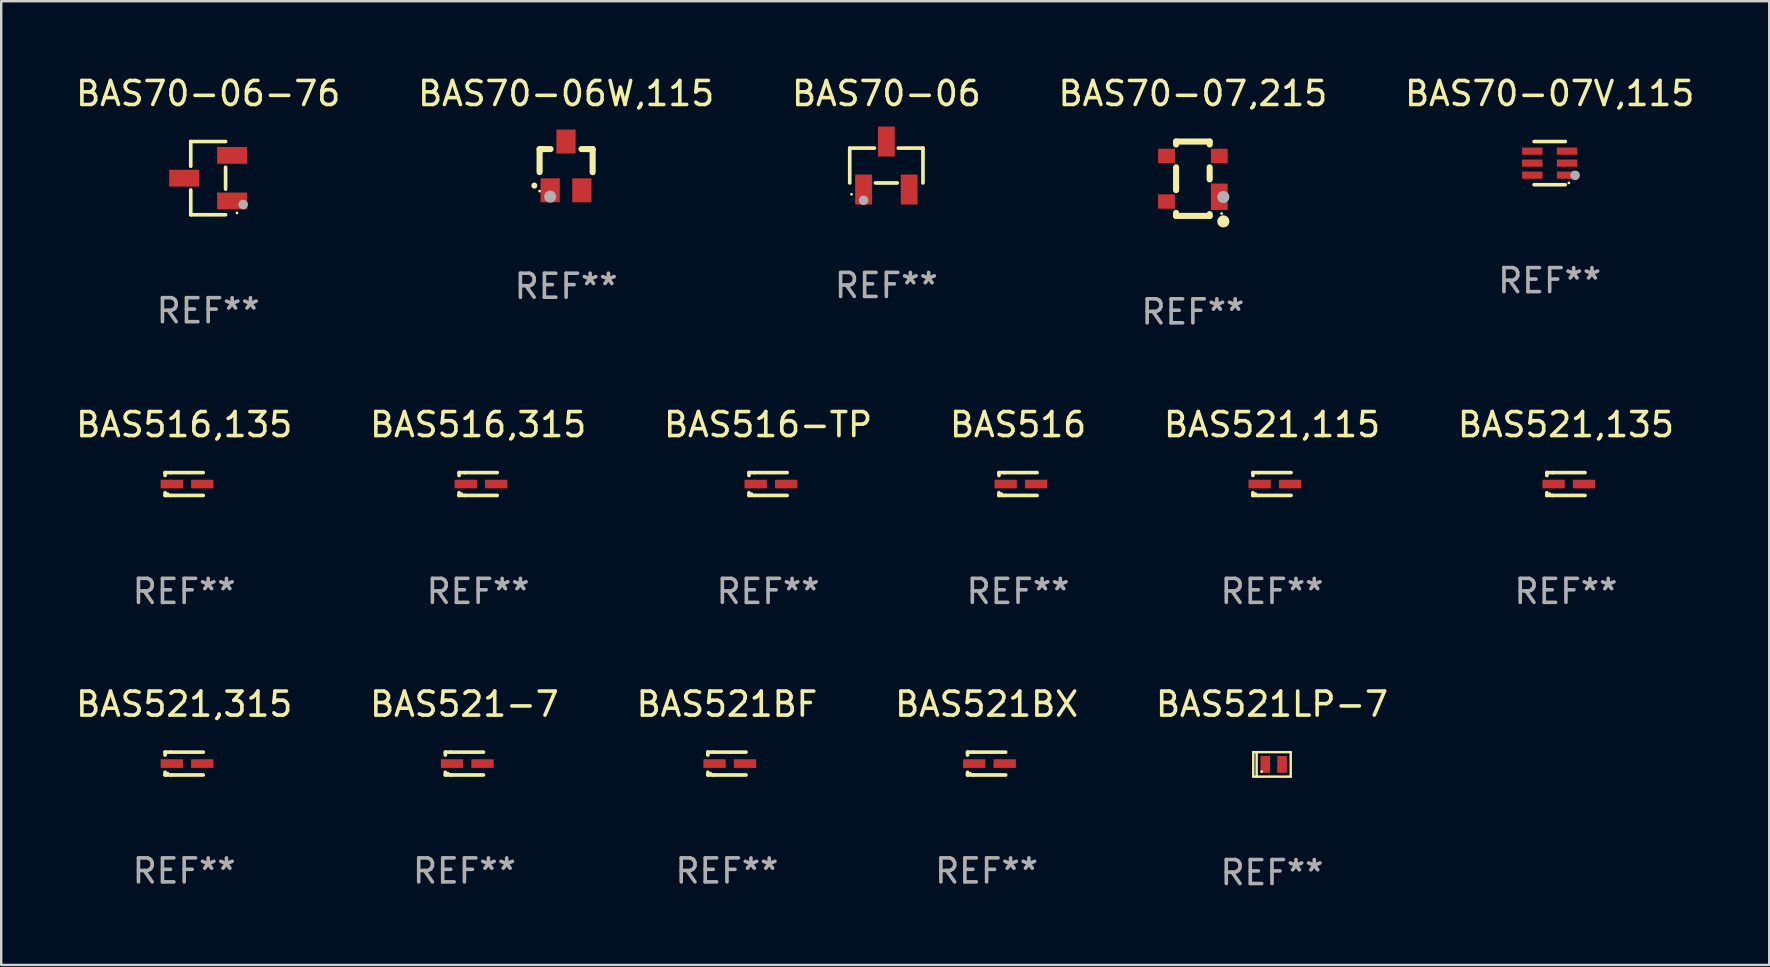
<source format=kicad_pcb>
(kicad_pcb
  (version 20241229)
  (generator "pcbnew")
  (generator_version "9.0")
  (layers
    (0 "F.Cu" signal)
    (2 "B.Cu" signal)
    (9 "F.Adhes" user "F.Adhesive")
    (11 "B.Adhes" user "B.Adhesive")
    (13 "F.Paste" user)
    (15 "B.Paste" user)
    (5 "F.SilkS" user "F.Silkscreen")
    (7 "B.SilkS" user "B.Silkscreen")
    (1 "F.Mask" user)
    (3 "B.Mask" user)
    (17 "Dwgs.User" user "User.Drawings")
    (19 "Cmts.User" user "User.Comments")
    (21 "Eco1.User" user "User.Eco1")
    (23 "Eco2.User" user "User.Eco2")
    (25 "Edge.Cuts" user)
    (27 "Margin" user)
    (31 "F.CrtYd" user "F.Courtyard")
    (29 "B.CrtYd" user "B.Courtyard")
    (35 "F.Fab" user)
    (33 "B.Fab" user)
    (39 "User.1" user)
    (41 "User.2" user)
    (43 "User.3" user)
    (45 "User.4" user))
  (footprint "BAS521BX"
    (layer "F.Cu")
    (at 38.065 28.77)
    (property "Reference" "BAS521BX" (at 0 -2.476 0) (layer "F.SilkS") (effects (font (size 1 1) (thickness 0.15))))
    (attr through_hole)
    (fp_line (start -0.795 -0.476) (end -0.795 -0.356) (stroke (width 0.152) (type solid)) (layer "F.SilkS"))
    (fp_line (start -0.795 0.363) (end -0.795 0.476) (stroke (width 0.152) (type solid)) (layer "F.SilkS"))
    (fp_line (start -0.795 0.476) (end -0.557 0.476) (stroke (width 0.152) (type solid)) (layer "F.SilkS"))
    (fp_line (start -0.557 -0.476) (end -0.795 -0.476) (stroke (width 0.152) (type solid)) (layer "F.SilkS"))
    (fp_line (start -0.557 -0.476) (end 0.795 -0.476) (stroke (width 0.152) (type solid)) (layer "F.SilkS"))
    (fp_line (start -0.557 0.476) (end 0.795 0.476) (stroke (width 0.152) (type solid)) (layer "F.SilkS"))
    (fp_circle (center -0.681 0.4) (end -0.651 0.4) (stroke (width 0.06) (type solid)) (fill no) (layer "F.SilkS"))
    (fp_text user "REF**" (at 0 4.476 0) (layer "F.Fab") (effects (font (size 1 1) (thickness 0.15))))
    (pad "1" smd rect (at -0.516 0 180) (size 0.93 0.36) (layers "F.Cu" "F.Mask" "F.Paste"))
    (pad "2" smd rect (at 0.754 0 180) (size 0.93 0.36) (layers "F.Cu" "F.Mask" "F.Paste")))
  (footprint "BAS70-06"
    (layer "F.Cu")
    (at 33.887 3.848)
    (property "Reference" "BAS70-06" (at 0 -3 0) (layer "F.SilkS") (effects (font (size 1 1) (thickness 0.15))))
    (attr through_hole)
    (fp_line (start -1.526 -0.726) (end -0.495 -0.726) (stroke (width 0.152) (type solid)) (layer "F.SilkS"))
    (fp_line (start -1.526 0.726) (end -1.526 -0.726) (stroke (width 0.152) (type solid)) (layer "F.SilkS"))
    (fp_line (start 0.455 0.726) (end -0.455 0.726) (stroke (width 0.152) (type solid)) (layer "F.SilkS"))
    (fp_line (start 1.526 -0.726) (end 0.495 -0.726) (stroke (width 0.152) (type solid)) (layer "F.SilkS"))
    (fp_line (start 1.526 0.726) (end 1.526 -0.726) (stroke (width 0.152) (type solid)) (layer "F.SilkS"))
    (fp_circle (center -1.45 1.2) (end -1.42 1.2) (stroke (width 0.06) (type solid)) (fill no) (layer "F.SilkS"))
    (fp_circle (center -0.95 1.45) (end -0.85 1.45) (stroke (width 0.2) (type solid)) (fill no) (layer "F.Fab"))
    (fp_text user "REF**" (at 0 5 0) (layer "F.Fab") (effects (font (size 1 1) (thickness 0.15))))
    (pad "1" smd rect (at -0.95 1 270) (size 1.25 0.7) (layers "F.Cu" "F.Mask" "F.Paste"))
    (pad "2" smd rect (at 0.95 1 270) (size 1.25 0.7) (layers "F.Cu" "F.Mask" "F.Paste"))
    (pad "3" smd rect (at 0 -1 270) (size 1.25 0.7) (layers "F.Cu" "F.Mask" "F.Paste")))
  (footprint "BAS521-7"
    (layer "F.Cu")
    (at 16.304 28.77)
    (property "Reference" "BAS521-7" (at 0 -2.476 0) (layer "F.SilkS") (effects (font (size 1 1) (thickness 0.15))))
    (attr through_hole)
    (fp_line (start -0.795 -0.476) (end -0.795 -0.356) (stroke (width 0.152) (type solid)) (layer "F.SilkS"))
    (fp_line (start -0.795 0.363) (end -0.795 0.476) (stroke (width 0.152) (type solid)) (layer "F.SilkS"))
    (fp_line (start -0.795 0.476) (end -0.557 0.476) (stroke (width 0.152) (type solid)) (layer "F.SilkS"))
    (fp_line (start -0.557 -0.476) (end -0.795 -0.476) (stroke (width 0.152) (type solid)) (layer "F.SilkS"))
    (fp_line (start -0.557 -0.476) (end 0.795 -0.476) (stroke (width 0.152) (type solid)) (layer "F.SilkS"))
    (fp_line (start -0.557 0.476) (end 0.795 0.476) (stroke (width 0.152) (type solid)) (layer "F.SilkS"))
    (fp_circle (center -0.681 0.4) (end -0.651 0.4) (stroke (width 0.06) (type solid)) (fill no) (layer "F.SilkS"))
    (fp_text user "REF**" (at 0 4.476 0) (layer "F.Fab") (effects (font (size 1 1) (thickness 0.15))))
    (pad "1" smd rect (at -0.516 0 180) (size 0.93 0.36) (layers "F.Cu" "F.Mask" "F.Paste"))
    (pad "2" smd rect (at 0.754 0 180) (size 0.93 0.36) (layers "F.Cu" "F.Mask" "F.Paste")))
  (footprint "BAS70-07V,115"
    (layer "F.Cu")
    (at 61.53 3.748)
    (property "Reference" "BAS70-07V,115" (at 0 -2.9 0) (layer "F.SilkS") (effects (font (size 1 1) (thickness 0.15))))
    (attr through_hole)
    (fp_line (start 0.65 -0.9) (end -0.65 -0.9) (stroke (width 0.15) (type solid)) (layer "F.SilkS"))
    (fp_line (start 0.65 0.9) (end -0.65 0.9) (stroke (width 0.15) (type solid)) (layer "F.SilkS"))
    (fp_circle (center 0.8 0.825) (end 0.83 0.825) (stroke (width 0.06) (type solid)) (fill no) (layer "F.SilkS"))
    (fp_circle (center 1.06 0.51) (end 1.16 0.51) (stroke (width 0.2) (type solid)) (fill no) (layer "F.Fab"))
    (fp_text user "REF**" (at 0 4.9 0) (layer "F.Fab") (effects (font (size 1 1) (thickness 0.15))))
    (pad "1" smd rect (at 0.725 0.5 90) (size 0.3 0.85) (layers "F.Cu" "F.Mask" "F.Paste"))
    (pad "2" smd rect (at 0.725 0.000102 90) (size 0.3 0.85) (layers "F.Cu" "F.Mask" "F.Paste"))
    (pad "3" smd rect (at 0.725 -0.5 90) (size 0.3 0.85) (layers "F.Cu" "F.Mask" "F.Paste"))
    (pad "4" smd rect (at -0.725 -0.5 90) (size 0.3 0.85) (layers "F.Cu" "F.Mask" "F.Paste"))
    (pad "5" smd rect (at -0.725 0.000102 90) (size 0.3 0.85) (layers "F.Cu" "F.Mask" "F.Paste"))
    (pad "6" smd rect (at -0.725 0.5 90) (size 0.3 0.85) (layers "F.Cu" "F.Mask" "F.Paste")))
  (footprint "BAS521,315"
    (layer "F.Cu")
    (at 4.625 28.77)
    (property "Reference" "BAS521,315" (at 0 -2.476 0) (layer "F.SilkS") (effects (font (size 1 1) (thickness 0.15))))
    (attr through_hole)
    (fp_line (start -0.795 -0.476) (end -0.795 -0.356) (stroke (width 0.152) (type solid)) (layer "F.SilkS"))
    (fp_line (start -0.795 0.363) (end -0.795 0.476) (stroke (width 0.152) (type solid)) (layer "F.SilkS"))
    (fp_line (start -0.795 0.476) (end -0.557 0.476) (stroke (width 0.152) (type solid)) (layer "F.SilkS"))
    (fp_line (start -0.557 -0.476) (end -0.795 -0.476) (stroke (width 0.152) (type solid)) (layer "F.SilkS"))
    (fp_line (start -0.557 -0.476) (end 0.795 -0.476) (stroke (width 0.152) (type solid)) (layer "F.SilkS"))
    (fp_line (start -0.557 0.476) (end 0.795 0.476) (stroke (width 0.152) (type solid)) (layer "F.SilkS"))
    (fp_circle (center -0.681 0.4) (end -0.651 0.4) (stroke (width 0.06) (type solid)) (fill no) (layer "F.SilkS"))
    (fp_text user "REF**" (at 0 4.476 0) (layer "F.Fab") (effects (font (size 1 1) (thickness 0.15))))
    (pad "1" smd rect (at -0.516 0 180) (size 0.93 0.36) (layers "F.Cu" "F.Mask" "F.Paste"))
    (pad "2" smd rect (at 0.754 0 180) (size 0.93 0.36) (layers "F.Cu" "F.Mask" "F.Paste")))
  (footprint "BAS521,115"
    (layer "F.Cu")
    (at 49.958 17.121)
    (property "Reference" "BAS521,115" (at 0 -2.476 0) (layer "F.SilkS") (effects (font (size 1 1) (thickness 0.15))))
    (attr through_hole)
    (fp_line (start -0.795 -0.476) (end -0.795 -0.356) (stroke (width 0.152) (type solid)) (layer "F.SilkS"))
    (fp_line (start -0.795 0.363) (end -0.795 0.476) (stroke (width 0.152) (type solid)) (layer "F.SilkS"))
    (fp_line (start -0.795 0.476) (end -0.557 0.476) (stroke (width 0.152) (type solid)) (layer "F.SilkS"))
    (fp_line (start -0.557 -0.476) (end -0.795 -0.476) (stroke (width 0.152) (type solid)) (layer "F.SilkS"))
    (fp_line (start -0.557 -0.476) (end 0.795 -0.476) (stroke (width 0.152) (type solid)) (layer "F.SilkS"))
    (fp_line (start -0.557 0.476) (end 0.795 0.476) (stroke (width 0.152) (type solid)) (layer "F.SilkS"))
    (fp_circle (center -0.681 0.4) (end -0.651 0.4) (stroke (width 0.06) (type solid)) (fill no) (layer "F.SilkS"))
    (fp_text user "REF**" (at 0 4.476 0) (layer "F.Fab") (effects (font (size 1 1) (thickness 0.15))))
    (pad "1" smd rect (at -0.516 0 180) (size 0.93 0.36) (layers "F.Cu" "F.Mask" "F.Paste"))
    (pad "2" smd rect (at 0.754 0 180) (size 0.93 0.36) (layers "F.Cu" "F.Mask" "F.Paste")))
  (footprint "BAS521LP-7"
    (layer "F.Cu")
    (at 49.958 28.804)
    (property "Reference" "BAS521LP-7" (at 0 -2.51 0) (layer "F.SilkS") (effects (font (size 1 1) (thickness 0.15))))
    (attr through_hole)
    (fp_line (start -0.78 -0.51) (end -0.78 0.51) (stroke (width 0.102) (type solid)) (layer "F.SilkS"))
    (fp_line (start -0.78 -0.51) (end 0.78 -0.51) (stroke (width 0.102) (type solid)) (layer "F.SilkS"))
    (fp_line (start -0.78 0.51) (end 0.78 0.51) (stroke (width 0.102) (type solid)) (layer "F.SilkS"))
    (fp_line (start -0.64 -0.51) (end -0.64 0.51) (stroke (width 0.102) (type solid)) (layer "F.SilkS"))
    (fp_line (start 0.78 -0.51) (end 0.78 0.51) (stroke (width 0.102) (type solid)) (layer "F.SilkS"))
    (fp_circle (center -0.43 0.3) (end -0.4 0.3) (stroke (width 0.06) (type solid)) (fill no) (layer "F.SilkS"))
    (fp_text user "REF**" (at 0 4.51 0) (layer "F.Fab") (effects (font (size 1 1) (thickness 0.15))))
    (pad "1" smd rect (at -0.28 0) (size 0.4 0.7) (layers "F.Cu" "F.Mask" "F.Paste"))
    (pad "2" smd rect (at 0.42 0) (size 0.4 0.7) (layers "F.Cu" "F.Mask" "F.Paste")))
  (footprint "BAS521,135"
    (layer "F.Cu")
    (at 62.208 17.121)
    (property "Reference" "BAS521,135" (at 0 -2.476 0) (layer "F.SilkS") (effects (font (size 1 1) (thickness 0.15))))
    (attr through_hole)
    (fp_line (start -0.795 -0.476) (end -0.795 -0.356) (stroke (width 0.152) (type solid)) (layer "F.SilkS"))
    (fp_line (start -0.795 0.363) (end -0.795 0.476) (stroke (width 0.152) (type solid)) (layer "F.SilkS"))
    (fp_line (start -0.795 0.476) (end -0.557 0.476) (stroke (width 0.152) (type solid)) (layer "F.SilkS"))
    (fp_line (start -0.557 -0.476) (end -0.795 -0.476) (stroke (width 0.152) (type solid)) (layer "F.SilkS"))
    (fp_line (start -0.557 -0.476) (end 0.795 -0.476) (stroke (width 0.152) (type solid)) (layer "F.SilkS"))
    (fp_line (start -0.557 0.476) (end 0.795 0.476) (stroke (width 0.152) (type solid)) (layer "F.SilkS"))
    (fp_circle (center -0.681 0.4) (end -0.651 0.4) (stroke (width 0.06) (type solid)) (fill no) (layer "F.SilkS"))
    (fp_text user "REF**" (at 0 4.476 0) (layer "F.Fab") (effects (font (size 1 1) (thickness 0.15))))
    (pad "1" smd rect (at -0.516 0 180) (size 0.93 0.36) (layers "F.Cu" "F.Mask" "F.Paste"))
    (pad "2" smd rect (at 0.754 0 180) (size 0.93 0.36) (layers "F.Cu" "F.Mask" "F.Paste")))
  (footprint "BAS70-06W,115"
    (layer "F.Cu")
    (at 20.542 3.864)
    (property "Reference" "BAS70-06W,115" (at 0 -3.016 0) (layer "F.SilkS") (effects (font (size 1 1) (thickness 0.15))))
    (attr through_hole)
    (fp_line (start -1.105 -0.701) (end -1.105 0.259) (stroke (width 0.254) (type solid)) (layer "F.SilkS"))
    (fp_line (start -0.955 -0.701) (end -1.105 -0.701) (stroke (width 0.254) (type solid)) (layer "F.SilkS"))
    (fp_line (start -0.955 -0.701) (end -0.649 -0.701) (stroke (width 0.254) (type solid)) (layer "F.SilkS"))
    (fp_line (start 0.639 -0.701) (end 0.945 -0.701) (stroke (width 0.254) (type solid)) (layer "F.SilkS"))
    (fp_line (start 0.945 -0.701) (end 1.105 -0.701) (stroke (width 0.254) (type solid)) (layer "F.SilkS"))
    (fp_line (start 1.105 -0.701) (end 1.105 0.261) (stroke (width 0.254) (type solid)) (layer "F.SilkS"))
    (fp_arc (start -1.324994 0.82253) (mid -1.325 0.82126) (end -1.324994 0.81999) (stroke (width 0.24892) (type solid)) (layer "F.SilkS"))
    (fp_circle (center -1.105 1.05) (end -1.075 1.05) (stroke (width 0.06) (type solid)) (fill no) (layer "F.SilkS"))
    (fp_circle (center -0.665 1.28) (end -0.538 1.28) (stroke (width 0.254) (type solid)) (fill no) (layer "F.Fab"))
    (fp_text user "REF**" (at 0 5.016 0) (layer "F.Fab") (effects (font (size 1 1) (thickness 0.15))))
    (pad "1" smd rect (at -0.665 1.016) (size 0.8 1) (layers "F.Cu" "F.Mask" "F.Paste"))
    (pad "2" smd rect (at 0.655 1.016) (size 0.8 1) (layers "F.Cu" "F.Mask" "F.Paste"))
    (pad "3" smd rect (at -0.005 -1.016) (size 0.8 1) (layers "F.Cu" "F.Mask" "F.Paste")))
  (footprint "BAS516"
    (layer "F.Cu")
    (at 39.375 17.121)
    (property "Reference" "BAS516" (at 0 -2.476 0) (layer "F.SilkS") (effects (font (size 1 1) (thickness 0.15))))
    (attr through_hole)
    (fp_line (start -0.795 -0.476) (end -0.795 -0.356) (stroke (width 0.152) (type solid)) (layer "F.SilkS"))
    (fp_line (start -0.795 0.363) (end -0.795 0.476) (stroke (width 0.152) (type solid)) (layer "F.SilkS"))
    (fp_line (start -0.795 0.476) (end -0.557 0.476) (stroke (width 0.152) (type solid)) (layer "F.SilkS"))
    (fp_line (start -0.557 -0.476) (end -0.795 -0.476) (stroke (width 0.152) (type solid)) (layer "F.SilkS"))
    (fp_line (start -0.557 -0.476) (end 0.795 -0.476) (stroke (width 0.152) (type solid)) (layer "F.SilkS"))
    (fp_line (start -0.557 0.476) (end 0.795 0.476) (stroke (width 0.152) (type solid)) (layer "F.SilkS"))
    (fp_circle (center -0.681 0.4) (end -0.651 0.4) (stroke (width 0.06) (type solid)) (fill no) (layer "F.SilkS"))
    (fp_text user "REF**" (at 0 4.476 0) (layer "F.Fab") (effects (font (size 1 1) (thickness 0.15))))
    (pad "1" smd rect (at -0.516 0 180) (size 0.93 0.36) (layers "F.Cu" "F.Mask" "F.Paste"))
    (pad "2" smd rect (at 0.754 0 180) (size 0.93 0.36) (layers "F.Cu" "F.Mask" "F.Paste")))
  (footprint "BAS516,135"
    (layer "F.Cu")
    (at 4.625 17.121)
    (property "Reference" "BAS516,135" (at 0 -2.476 0) (layer "F.SilkS") (effects (font (size 1 1) (thickness 0.15))))
    (attr through_hole)
    (fp_line (start -0.795 -0.476) (end -0.795 -0.356) (stroke (width 0.152) (type solid)) (layer "F.SilkS"))
    (fp_line (start -0.795 0.363) (end -0.795 0.476) (stroke (width 0.152) (type solid)) (layer "F.SilkS"))
    (fp_line (start -0.795 0.476) (end -0.557 0.476) (stroke (width 0.152) (type solid)) (layer "F.SilkS"))
    (fp_line (start -0.557 -0.476) (end -0.795 -0.476) (stroke (width 0.152) (type solid)) (layer "F.SilkS"))
    (fp_line (start -0.557 -0.476) (end 0.795 -0.476) (stroke (width 0.152) (type solid)) (layer "F.SilkS"))
    (fp_line (start -0.557 0.476) (end 0.795 0.476) (stroke (width 0.152) (type solid)) (layer "F.SilkS"))
    (fp_circle (center -0.681 0.4) (end -0.651 0.4) (stroke (width 0.06) (type solid)) (fill no) (layer "F.SilkS"))
    (fp_text user "REF**" (at 0 4.476 0) (layer "F.Fab") (effects (font (size 1 1) (thickness 0.15))))
    (pad "1" smd rect (at -0.516 0 180) (size 0.93 0.36) (layers "F.Cu" "F.Mask" "F.Paste"))
    (pad "2" smd rect (at 0.754 0 180) (size 0.93 0.36) (layers "F.Cu" "F.Mask" "F.Paste")))
  (footprint "BAS70-07,215"
    (layer "F.Cu")
    (at 46.661 4.398)
    (property "Reference" "BAS70-07,215" (at 0 -3.55 0) (layer "F.SilkS") (effects (font (size 1 1) (thickness 0.15))))
    (attr through_hole)
    (fp_line (start -0.7 -1.425) (end -0.7 -1.55) (stroke (width 0.254) (type solid)) (layer "F.SilkS"))
    (fp_line (start -0.7 0.475) (end -0.7 -0.475) (stroke (width 0.254) (type solid)) (layer "F.SilkS"))
    (fp_line (start -0.7 1.55) (end -0.7 1.425) (stroke (width 0.254) (type solid)) (layer "F.SilkS"))
    (fp_line (start 0.7 -1.55) (end -0.7 -1.55) (stroke (width 0.254) (type solid)) (layer "F.SilkS"))
    (fp_line (start 0.7 -1.425) (end 0.7 -1.55) (stroke (width 0.254) (type solid)) (layer "F.SilkS"))
    (fp_line (start 0.7 0.025) (end 0.7 -0.475) (stroke (width 0.254) (type solid)) (layer "F.SilkS"))
    (fp_line (start 0.7 1.55) (end -0.7 1.55) (stroke (width 0.254) (type solid)) (layer "F.SilkS"))
    (fp_line (start 0.7 1.55) (end 0.7 1.475) (stroke (width 0.254) (type solid)) (layer "F.SilkS"))
    (fp_circle (center 1.2 1.45) (end 1.23 1.45) (stroke (width 0.06) (type solid)) (fill no) (layer "F.SilkS"))
    (fp_circle (center 1.27 1.778) (end 1.397 1.778) (stroke (width 0.254) (type solid)) (fill no) (layer "F.SilkS"))
    (fp_circle (center 1.27 0.762) (end 1.397 0.762) (stroke (width 0.254) (type solid)) (fill no) (layer "F.Fab"))
    (fp_text user "REF**" (at 0 5.55 0) (layer "F.Fab") (effects (font (size 1 1) (thickness 0.15))))
    (pad "1" smd rect (at 1.1 0.75 90) (size 1.1 0.7) (layers "F.Cu" "F.Mask" "F.Paste"))
    (pad "2" smd rect (at 1.1 -0.95 90) (size 0.6 0.7) (layers "F.Cu" "F.Mask" "F.Paste"))
    (pad "3" smd rect (at -1.1 -0.95 90) (size 0.6 0.7) (layers "F.Cu" "F.Mask" "F.Paste"))
    (pad "4" smd rect (at -1.1 0.95 90) (size 0.6 0.7) (layers "F.Cu" "F.Mask" "F.Paste")))
  (footprint "BAS516-TP"
    (layer "F.Cu")
    (at 28.958 17.121)
    (property "Reference" "BAS516-TP" (at 0 -2.476 0) (layer "F.SilkS") (effects (font (size 1 1) (thickness 0.15))))
    (attr through_hole)
    (fp_line (start -0.795 -0.476) (end -0.795 -0.356) (stroke (width 0.152) (type solid)) (layer "F.SilkS"))
    (fp_line (start -0.795 0.363) (end -0.795 0.476) (stroke (width 0.152) (type solid)) (layer "F.SilkS"))
    (fp_line (start -0.795 0.476) (end -0.557 0.476) (stroke (width 0.152) (type solid)) (layer "F.SilkS"))
    (fp_line (start -0.557 -0.476) (end -0.795 -0.476) (stroke (width 0.152) (type solid)) (layer "F.SilkS"))
    (fp_line (start -0.557 -0.476) (end 0.795 -0.476) (stroke (width 0.152) (type solid)) (layer "F.SilkS"))
    (fp_line (start -0.557 0.476) (end 0.795 0.476) (stroke (width 0.152) (type solid)) (layer "F.SilkS"))
    (fp_circle (center -0.681 0.4) (end -0.651 0.4) (stroke (width 0.06) (type solid)) (fill no) (layer "F.SilkS"))
    (fp_text user "REF**" (at 0 4.476 0) (layer "F.Fab") (effects (font (size 1 1) (thickness 0.15))))
    (pad "1" smd rect (at -0.516 0 180) (size 0.93 0.36) (layers "F.Cu" "F.Mask" "F.Paste"))
    (pad "2" smd rect (at 0.754 0 180) (size 0.93 0.36) (layers "F.Cu" "F.Mask" "F.Paste")))
  (footprint "BAS516,315"
    (layer "F.Cu")
    (at 16.875 17.121)
    (property "Reference" "BAS516,315" (at 0 -2.476 0) (layer "F.SilkS") (effects (font (size 1 1) (thickness 0.15))))
    (attr through_hole)
    (fp_line (start -0.795 -0.476) (end -0.795 -0.356) (stroke (width 0.152) (type solid)) (layer "F.SilkS"))
    (fp_line (start -0.795 0.363) (end -0.795 0.476) (stroke (width 0.152) (type solid)) (layer "F.SilkS"))
    (fp_line (start -0.795 0.476) (end -0.557 0.476) (stroke (width 0.152) (type solid)) (layer "F.SilkS"))
    (fp_line (start -0.557 -0.476) (end -0.795 -0.476) (stroke (width 0.152) (type solid)) (layer "F.SilkS"))
    (fp_line (start -0.557 -0.476) (end 0.795 -0.476) (stroke (width 0.152) (type solid)) (layer "F.SilkS"))
    (fp_line (start -0.557 0.476) (end 0.795 0.476) (stroke (width 0.152) (type solid)) (layer "F.SilkS"))
    (fp_circle (center -0.681 0.4) (end -0.651 0.4) (stroke (width 0.06) (type solid)) (fill no) (layer "F.SilkS"))
    (fp_text user "REF**" (at 0 4.476 0) (layer "F.Fab") (effects (font (size 1 1) (thickness 0.15))))
    (pad "1" smd rect (at -0.516 0 180) (size 0.93 0.36) (layers "F.Cu" "F.Mask" "F.Paste"))
    (pad "2" smd rect (at 0.754 0 180) (size 0.93 0.36) (layers "F.Cu" "F.Mask" "F.Paste")))
  (footprint "BAS521BF"
    (layer "F.Cu")
    (at 27.244 28.77)
    (property "Reference" "BAS521BF" (at 0 -2.476 0) (layer "F.SilkS") (effects (font (size 1 1) (thickness 0.15))))
    (attr through_hole)
    (fp_line (start -0.795 -0.476) (end -0.795 -0.356) (stroke (width 0.152) (type solid)) (layer "F.SilkS"))
    (fp_line (start -0.795 0.363) (end -0.795 0.476) (stroke (width 0.152) (type solid)) (layer "F.SilkS"))
    (fp_line (start -0.795 0.476) (end -0.557 0.476) (stroke (width 0.152) (type solid)) (layer "F.SilkS"))
    (fp_line (start -0.557 -0.476) (end -0.795 -0.476) (stroke (width 0.152) (type solid)) (layer "F.SilkS"))
    (fp_line (start -0.557 -0.476) (end 0.795 -0.476) (stroke (width 0.152) (type solid)) (layer "F.SilkS"))
    (fp_line (start -0.557 0.476) (end 0.795 0.476) (stroke (width 0.152) (type solid)) (layer "F.SilkS"))
    (fp_circle (center -0.681 0.4) (end -0.651 0.4) (stroke (width 0.06) (type solid)) (fill no) (layer "F.SilkS"))
    (fp_text user "REF**" (at 0 4.476 0) (layer "F.Fab") (effects (font (size 1 1) (thickness 0.15))))
    (pad "1" smd rect (at -0.516 0 180) (size 0.93 0.36) (layers "F.Cu" "F.Mask" "F.Paste"))
    (pad "2" smd rect (at 0.754 0 180) (size 0.93 0.36) (layers "F.Cu" "F.Mask" "F.Paste")))
  (footprint "BAS70-06-76"
    (layer "F.Cu")
    (at 5.625 4.374)
    (property "Reference" "BAS70-06-76" (at 0 -3.526 0) (layer "F.SilkS") (effects (font (size 1 1) (thickness 0.15))))
    (attr through_hole)
    (fp_line (start -0.726 -1.526) (end -0.726 -0.495) (stroke (width 0.152) (type solid)) (layer "F.SilkS"))
    (fp_line (start -0.726 1.526) (end -0.726 0.495) (stroke (width 0.152) (type solid)) (layer "F.SilkS"))
    (fp_line (start 0.726 -1.526) (end -0.726 -1.526) (stroke (width 0.152) (type solid)) (layer "F.SilkS"))
    (fp_line (start 0.726 -0.455) (end 0.726 0.455) (stroke (width 0.152) (type solid)) (layer "F.SilkS"))
    (fp_line (start 0.726 1.526) (end -0.726 1.526) (stroke (width 0.152) (type solid)) (layer "F.SilkS"))
    (fp_circle (center 1.2 1.45) (end 1.23 1.45) (stroke (width 0.06) (type solid)) (fill no) (layer "F.SilkS"))
    (fp_circle (center 1.46 1.1) (end 1.56 1.1) (stroke (width 0.2) (type solid)) (fill no) (layer "F.Fab"))
    (fp_text user "REF**" (at 0 5.526 0) (layer "F.Fab") (effects (font (size 1 1) (thickness 0.15))))
    (pad "1" smd rect (at 1 0.95) (size 1.25 0.7) (layers "F.Cu" "F.Mask" "F.Paste"))
    (pad "2" smd rect (at 1 -0.95) (size 1.25 0.7) (layers "F.Cu" "F.Mask" "F.Paste"))
    (pad "3" smd rect (at -1 0) (size 1.25 0.7) (layers "F.Cu" "F.Mask" "F.Paste")))
  (gr_rect
    (start -3 -3)
    (end 70.679 37.162)
    (stroke (width 0.1) (type default))
    (fill no)
    (layer "Edge.Cuts")))
</source>
